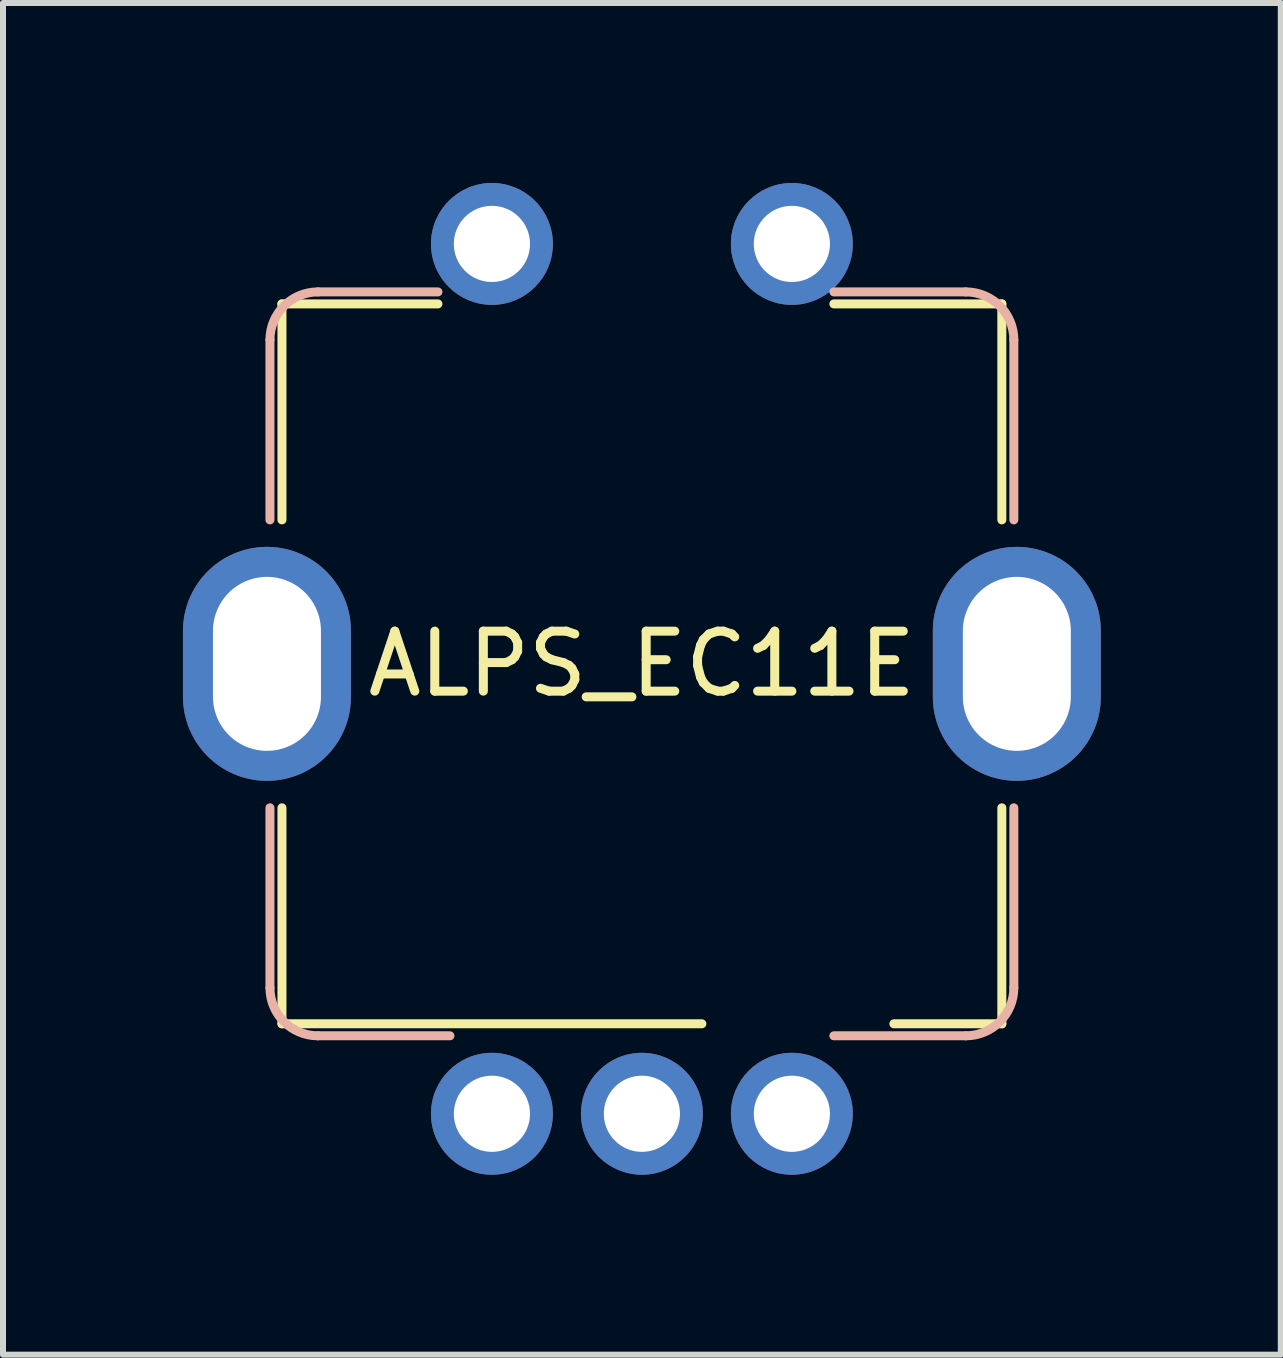
<source format=kicad_pcb>
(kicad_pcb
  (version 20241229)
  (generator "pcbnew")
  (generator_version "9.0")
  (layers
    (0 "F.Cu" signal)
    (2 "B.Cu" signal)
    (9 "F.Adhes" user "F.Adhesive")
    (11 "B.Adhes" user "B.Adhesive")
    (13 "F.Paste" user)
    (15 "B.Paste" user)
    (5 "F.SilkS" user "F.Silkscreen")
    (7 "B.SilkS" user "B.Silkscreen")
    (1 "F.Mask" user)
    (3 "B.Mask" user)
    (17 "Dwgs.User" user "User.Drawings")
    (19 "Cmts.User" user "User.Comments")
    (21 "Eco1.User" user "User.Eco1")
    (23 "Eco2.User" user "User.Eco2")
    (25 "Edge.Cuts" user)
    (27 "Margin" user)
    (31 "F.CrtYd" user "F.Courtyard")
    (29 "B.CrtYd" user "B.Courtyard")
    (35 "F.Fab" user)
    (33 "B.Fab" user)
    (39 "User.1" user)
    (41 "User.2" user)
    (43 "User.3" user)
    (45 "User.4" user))
  (footprint "ALPS_EC11E"
    (layer "F.Cu")
    (at 7.65 8.016)
    (property "Reference" "ALPS_EC11E" (at 0 0 0) (layer "F.SilkS") (effects (font (size 1 1) (thickness 0.15))))
    (attr through_hole)
    (fp_line (start -6 -6) (end -3.4 -6) (stroke (width 0.15) (type solid)) (layer "F.SilkS"))
    (fp_line (start -6 -2.4) (end -6 -6) (stroke (width 0.15) (type solid)) (layer "F.SilkS"))
    (fp_line (start -6 6) (end -6 2.4) (stroke (width 0.15) (type solid)) (layer "F.SilkS"))
    (fp_line (start 1 6) (end -6 6) (stroke (width 0.15) (type solid)) (layer "F.SilkS"))
    (fp_line (start 3.2 -6) (end 6 -6) (stroke (width 0.15) (type solid)) (layer "F.SilkS"))
    (fp_line (start 6 -6) (end 6 -2.4) (stroke (width 0.15) (type solid)) (layer "F.SilkS"))
    (fp_line (start 6 6) (end 4.2 6) (stroke (width 0.15) (type solid)) (layer "F.SilkS"))
    (fp_line (start 6 6) (end 6 2.4) (stroke (width 0.15) (type solid)) (layer "F.SilkS"))
    (fp_line (start -6.2 -2.4) (end -6.2 -5.4) (stroke (width 0.15) (type solid)) (layer "B.SilkS"))
    (fp_line (start -6.2 5.4) (end -6.2 2.4) (stroke (width 0.15) (type solid)) (layer "B.SilkS"))
    (fp_line (start -5.4 -6.2) (end -3.4 -6.2) (stroke (width 0.15) (type solid)) (layer "B.SilkS"))
    (fp_line (start -5.4 6.2) (end -3.2 6.2) (stroke (width 0.15) (type solid)) (layer "B.SilkS"))
    (fp_line (start 5.4 -6.2) (end 3.2 -6.2) (stroke (width 0.15) (type solid)) (layer "B.SilkS"))
    (fp_line (start 5.4 6.2) (end 3.2 6.2) (stroke (width 0.15) (type solid)) (layer "B.SilkS"))
    (fp_line (start 6.2 -2.4) (end 6.2 -5.4) (stroke (width 0.15) (type solid)) (layer "B.SilkS"))
    (fp_line (start 6.2 5.4) (end 6.2 2.4) (stroke (width 0.15) (type solid)) (layer "B.SilkS"))
    (fp_arc (start -6.2 -5.4) (mid -5.965685 -5.965685) (end -5.4 -6.2) (stroke (width 0.15) (type solid)) (layer "B.SilkS"))
    (fp_arc (start -5.4 6.2) (mid -5.965685 5.965685) (end -6.2 5.4) (stroke (width 0.15) (type solid)) (layer "B.SilkS"))
    (fp_arc (start 5.4 -6.2) (mid 5.965685 -5.965685) (end 6.2 -5.4) (stroke (width 0.15) (type solid)) (layer "B.SilkS"))
    (fp_arc (start 6.2 5.4) (mid 5.965685 5.965685) (end 5.4 6.2) (stroke (width 0.15) (type solid)) (layer "B.SilkS"))
    (pad "" connect oval (at -6.25 0) (size 1.651 2.769) (layers "B.Mask"))
    (pad "" thru_hole oval (at -6.25 0) (size 2.8 3.9) (drill oval 1.8 2.9) (layers "*.Cu" "F.Mask"))
    (pad "" smd circle (at -2.5 -7) (size 1.016 1.016) (layers "B.Mask"))
    (pad "" smd circle (at -2.5 7.5) (size 1.016 1.016) (layers "B.Mask"))
    (pad "" smd circle (at 0 7.5) (size 1.016 1.016) (layers "B.Mask"))
    (pad "" smd circle (at 2.5 -7) (size 1.016 1.016) (layers "B.Mask"))
    (pad "" smd circle (at 2.5 7.5) (size 1.016 1.016) (layers "B.Mask"))
    (pad "" connect oval (at 6.25 0) (size 1.651 2.769) (layers "B.Mask"))
    (pad "" thru_hole oval (at 6.25 0) (size 2.8 3.9) (drill oval 1.8 2.9) (layers "*.Cu" "F.Mask"))
    (pad "A" thru_hole circle (at -2.5 7.5) (size 2.032 2.032) (drill 1.27) (layers "*.Cu" "F.Mask"))
    (pad "B" thru_hole circle (at 2.5 7.5) (size 2.032 2.032) (drill 1.27) (layers "*.Cu" "F.Mask"))
    (pad "C" thru_hole circle (at 0 7.5) (size 2.032 2.032) (drill 1.27) (layers "*.Cu" "F.Mask"))
    (pad "S1" thru_hole circle (at -2.5 -7) (size 2.032 2.032) (drill 1.27) (layers "*.Cu" "F.Mask"))
    (pad "S2" thru_hole circle (at 2.5 -7) (size 2.032 2.032) (drill 1.27) (layers "*.Cu" "F.Mask")))
  (gr_rect
    (start -3 -3)
    (end 18.3 19.532)
    (stroke (width 0.1) (type default))
    (fill no)
    (layer "Edge.Cuts")))
</source>
